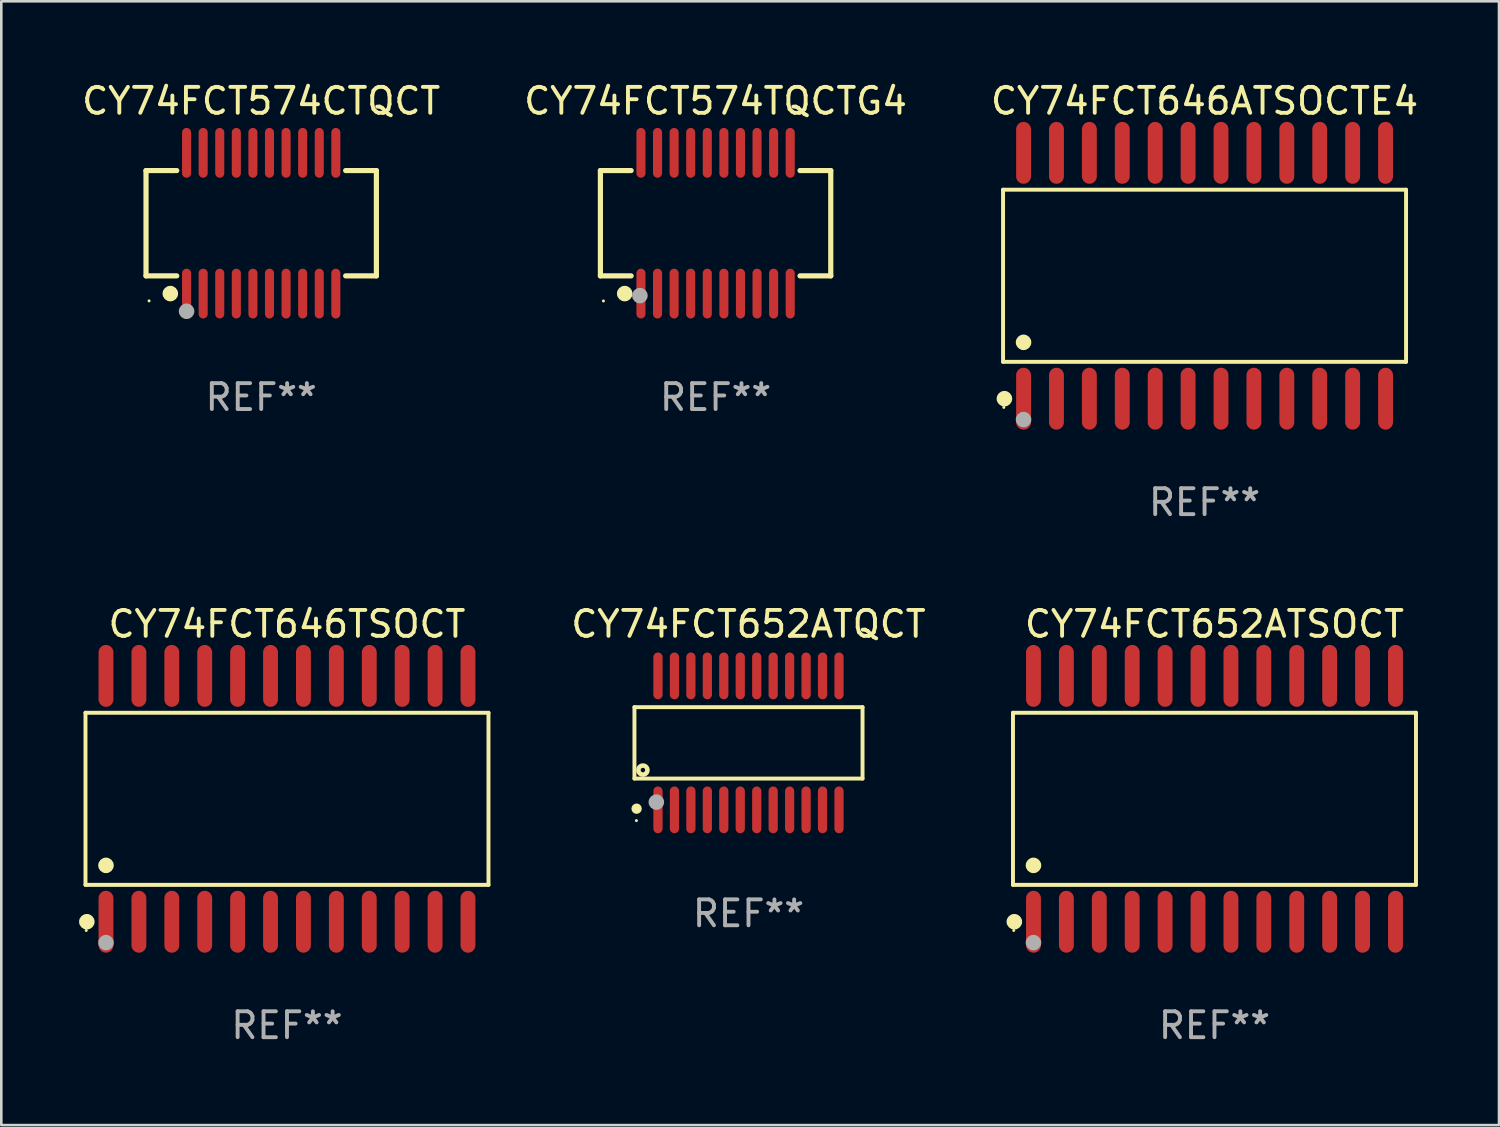
<source format=kicad_pcb>
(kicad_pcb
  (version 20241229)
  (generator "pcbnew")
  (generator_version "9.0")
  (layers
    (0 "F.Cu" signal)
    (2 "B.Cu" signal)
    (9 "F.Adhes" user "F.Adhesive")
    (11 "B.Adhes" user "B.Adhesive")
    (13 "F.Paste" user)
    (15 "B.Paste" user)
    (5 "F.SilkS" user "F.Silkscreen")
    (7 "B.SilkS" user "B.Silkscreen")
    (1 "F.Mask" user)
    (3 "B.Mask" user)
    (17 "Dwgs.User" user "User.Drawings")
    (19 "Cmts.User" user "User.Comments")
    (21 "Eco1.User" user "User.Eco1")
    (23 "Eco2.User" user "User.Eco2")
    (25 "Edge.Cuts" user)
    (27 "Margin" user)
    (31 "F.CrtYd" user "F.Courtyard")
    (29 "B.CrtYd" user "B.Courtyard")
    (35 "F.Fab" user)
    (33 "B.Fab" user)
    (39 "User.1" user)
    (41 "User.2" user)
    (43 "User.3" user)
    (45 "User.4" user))
  (footprint "CY74FCT652ATSOCT"
    (layer "F.Cu")
    (at 43.818 27.777)
    (property "Reference" "CY74FCT652ATSOCT" (at 0 -6.744 0) (layer "F.SilkS") (effects (font (size 1 1) (thickness 0.15))))
    (attr through_hole)
    (fp_line (start -7.776 -3.321) (end 7.776 -3.321) (stroke (width 0.152) (type solid)) (layer "F.SilkS"))
    (fp_line (start -7.776 3.321) (end -7.776 -3.321) (stroke (width 0.152) (type solid)) (layer "F.SilkS"))
    (fp_line (start 7.776 -3.321) (end 7.776 3.321) (stroke (width 0.152) (type solid)) (layer "F.SilkS"))
    (fp_line (start 7.776 3.321) (end -7.776 3.321) (stroke (width 0.152) (type solid)) (layer "F.SilkS"))
    (fp_circle (center -7.747 5.08) (end -7.717 5.08) (stroke (width 0.06) (type solid)) (fill no) (layer "F.SilkS"))
    (fp_circle (center -7.724 4.744) (end -7.574 4.744) (stroke (width 0.3) (type solid)) (fill no) (layer "F.SilkS"))
    (fp_circle (center -6.985 2.569) (end -6.835 2.569) (stroke (width 0.3) (type solid)) (fill no) (layer "F.SilkS"))
    (fp_circle (center -6.985 5.55) (end -6.835 5.55) (stroke (width 0.3) (type solid)) (fill no) (layer "F.Fab"))
    (fp_text user "REF**" (at 0 8.744 0) (layer "F.Fab") (effects (font (size 1 1) (thickness 0.15))))
    (pad "1" smd oval (at -6.985 4.744) (size 0.574 2.388) (layers "F.Cu" "F.Mask" "F.Paste"))
    (pad "2" smd oval (at -5.715 4.744) (size 0.574 2.388) (layers "F.Cu" "F.Mask" "F.Paste"))
    (pad "3" smd oval (at -4.445 4.744) (size 0.574 2.388) (layers "F.Cu" "F.Mask" "F.Paste"))
    (pad "4" smd oval (at -3.175 4.744) (size 0.574 2.388) (layers "F.Cu" "F.Mask" "F.Paste"))
    (pad "5" smd oval (at -1.905 4.744) (size 0.574 2.388) (layers "F.Cu" "F.Mask" "F.Paste"))
    (pad "6" smd oval (at -0.635 4.744) (size 0.574 2.388) (layers "F.Cu" "F.Mask" "F.Paste"))
    (pad "7" smd oval (at 0.635 4.744) (size 0.574 2.388) (layers "F.Cu" "F.Mask" "F.Paste"))
    (pad "8" smd oval (at 1.905 4.744) (size 0.574 2.388) (layers "F.Cu" "F.Mask" "F.Paste"))
    (pad "9" smd oval (at 3.175 4.744) (size 0.574 2.388) (layers "F.Cu" "F.Mask" "F.Paste"))
    (pad "10" smd oval (at 4.445 4.744) (size 0.574 2.388) (layers "F.Cu" "F.Mask" "F.Paste"))
    (pad "11" smd oval (at 5.715 4.744) (size 0.574 2.388) (layers "F.Cu" "F.Mask" "F.Paste"))
    (pad "12" smd oval (at 6.985 4.744) (size 0.574 2.388) (layers "F.Cu" "F.Mask" "F.Paste"))
    (pad "13" smd oval (at 6.985 -4.744) (size 0.574 2.388) (layers "F.Cu" "F.Mask" "F.Paste"))
    (pad "14" smd oval (at 5.715 -4.744) (size 0.574 2.388) (layers "F.Cu" "F.Mask" "F.Paste"))
    (pad "15" smd oval (at 4.445 -4.744) (size 0.574 2.388) (layers "F.Cu" "F.Mask" "F.Paste"))
    (pad "16" smd oval (at 3.175 -4.744) (size 0.574 2.388) (layers "F.Cu" "F.Mask" "F.Paste"))
    (pad "17" smd oval (at 1.905 -4.744) (size 0.574 2.388) (layers "F.Cu" "F.Mask" "F.Paste"))
    (pad "18" smd oval (at 0.635 -4.744) (size 0.574 2.388) (layers "F.Cu" "F.Mask" "F.Paste"))
    (pad "19" smd oval (at -0.635 -4.744) (size 0.574 2.388) (layers "F.Cu" "F.Mask" "F.Paste"))
    (pad "20" smd oval (at -1.905 -4.744) (size 0.574 2.388) (layers "F.Cu" "F.Mask" "F.Paste"))
    (pad "21" smd oval (at -3.175 -4.744) (size 0.574 2.388) (layers "F.Cu" "F.Mask" "F.Paste"))
    (pad "22" smd oval (at -4.445 -4.744) (size 0.574 2.388) (layers "F.Cu" "F.Mask" "F.Paste"))
    (pad "23" smd oval (at -5.715 -4.744) (size 0.574 2.388) (layers "F.Cu" "F.Mask" "F.Paste"))
    (pad "24" smd oval (at -6.985 -4.744) (size 0.574 2.388) (layers "F.Cu" "F.Mask" "F.Paste")))
  (footprint "CY74FCT574CTQCT"
    (layer "F.Cu")
    (at 7.03 5.564)
    (property "Reference" "CY74FCT574CTQCT" (at 0 -4.716 0) (layer "F.SilkS") (effects (font (size 1 1) (thickness 0.15))))
    (attr through_hole)
    (fp_line (start -4.445 -2.032) (end -4.445 2.032) (stroke (width 0.2) (type solid)) (layer "F.SilkS"))
    (fp_line (start -4.445 2.032) (end -3.259 2.032) (stroke (width 0.2) (type solid)) (layer "F.SilkS"))
    (fp_line (start -3.429 -2.032) (end -4.445 -2.032) (stroke (width 0.2) (type solid)) (layer "F.SilkS"))
    (fp_line (start -3.259 -2.032) (end -3.429 -2.032) (stroke (width 0.2) (type solid)) (layer "F.SilkS"))
    (fp_line (start 3.259 2.032) (end 4.445 2.032) (stroke (width 0.2) (type solid)) (layer "F.SilkS"))
    (fp_line (start 4.445 -2.032) (end 3.259 -2.032) (stroke (width 0.2) (type solid)) (layer "F.SilkS"))
    (fp_line (start 4.445 2.032) (end 4.445 -2.032) (stroke (width 0.2) (type solid)) (layer "F.SilkS"))
    (fp_circle (center -4.327 2.997) (end -4.297 2.997) (stroke (width 0.06) (type solid)) (fill no) (layer "F.SilkS"))
    (fp_circle (center -3.507 2.716) (end -3.357 2.716) (stroke (width 0.3) (type solid)) (fill no) (layer "F.SilkS"))
    (fp_circle (center -2.88 3.398) (end -2.73 3.398) (stroke (width 0.3) (type solid)) (fill no) (layer "F.Fab"))
    (fp_text user "REF**" (at 0 6.716 0) (layer "F.Fab") (effects (font (size 1 1) (thickness 0.15))))
    (pad "1" smd oval (at -2.88 2.716) (size 0.35 1.922) (layers "F.Cu" "F.Mask" "F.Paste"))
    (pad "2" smd oval (at -2.24 2.716) (size 0.35 1.922) (layers "F.Cu" "F.Mask" "F.Paste"))
    (pad "3" smd oval (at -1.6 2.716) (size 0.35 1.922) (layers "F.Cu" "F.Mask" "F.Paste"))
    (pad "4" smd oval (at -0.96 2.716) (size 0.35 1.922) (layers "F.Cu" "F.Mask" "F.Paste"))
    (pad "5" smd oval (at -0.32 2.716) (size 0.35 1.922) (layers "F.Cu" "F.Mask" "F.Paste"))
    (pad "6" smd oval (at 0.32 2.716) (size 0.35 1.922) (layers "F.Cu" "F.Mask" "F.Paste"))
    (pad "7" smd oval (at 0.96 2.716) (size 0.35 1.922) (layers "F.Cu" "F.Mask" "F.Paste"))
    (pad "8" smd oval (at 1.6 2.716) (size 0.35 1.922) (layers "F.Cu" "F.Mask" "F.Paste"))
    (pad "9" smd oval (at 2.24 2.716) (size 0.35 1.922) (layers "F.Cu" "F.Mask" "F.Paste"))
    (pad "10" smd oval (at 2.88 2.716) (size 0.35 1.922) (layers "F.Cu" "F.Mask" "F.Paste"))
    (pad "11" smd oval (at 2.88 -2.716) (size 0.35 1.922) (layers "F.Cu" "F.Mask" "F.Paste"))
    (pad "12" smd oval (at 2.24 -2.716) (size 0.35 1.922) (layers "F.Cu" "F.Mask" "F.Paste"))
    (pad "13" smd oval (at 1.6 -2.716) (size 0.35 1.922) (layers "F.Cu" "F.Mask" "F.Paste"))
    (pad "14" smd oval (at 0.96 -2.716) (size 0.35 1.922) (layers "F.Cu" "F.Mask" "F.Paste"))
    (pad "15" smd oval (at 0.32 -2.716) (size 0.35 1.922) (layers "F.Cu" "F.Mask" "F.Paste"))
    (pad "16" smd oval (at -0.32 -2.716) (size 0.35 1.922) (layers "F.Cu" "F.Mask" "F.Paste"))
    (pad "17" smd oval (at -0.96 -2.716) (size 0.35 1.922) (layers "F.Cu" "F.Mask" "F.Paste"))
    (pad "18" smd oval (at -1.6 -2.716) (size 0.35 1.922) (layers "F.Cu" "F.Mask" "F.Paste"))
    (pad "19" smd oval (at -2.24 -2.716) (size 0.35 1.922) (layers "F.Cu" "F.Mask" "F.Paste"))
    (pad "20" smd oval (at -2.88 -2.716) (size 0.35 1.922) (layers "F.Cu" "F.Mask" "F.Paste")))
  (footprint "CY74FCT574TQCTG4"
    (layer "F.Cu")
    (at 24.565 5.564)
    (property "Reference" "CY74FCT574TQCTG4" (at 0 -4.716 0) (layer "F.SilkS") (effects (font (size 1 1) (thickness 0.15))))
    (attr through_hole)
    (fp_line (start -4.445 -2.032) (end -4.445 2.032) (stroke (width 0.2) (type solid)) (layer "F.SilkS"))
    (fp_line (start -4.445 2.032) (end -3.259 2.032) (stroke (width 0.2) (type solid)) (layer "F.SilkS"))
    (fp_line (start -3.429 -2.032) (end -4.445 -2.032) (stroke (width 0.2) (type solid)) (layer "F.SilkS"))
    (fp_line (start -3.259 -2.032) (end -3.429 -2.032) (stroke (width 0.2) (type solid)) (layer "F.SilkS"))
    (fp_line (start 3.259 2.032) (end 4.445 2.032) (stroke (width 0.2) (type solid)) (layer "F.SilkS"))
    (fp_line (start 4.445 -2.032) (end 3.259 -2.032) (stroke (width 0.2) (type solid)) (layer "F.SilkS"))
    (fp_line (start 4.445 2.032) (end 4.445 -2.032) (stroke (width 0.2) (type solid)) (layer "F.SilkS"))
    (fp_circle (center -4.328 3) (end -4.298 3) (stroke (width 0.06) (type solid)) (fill no) (layer "F.SilkS"))
    (fp_circle (center -3.507 2.716) (end -3.357 2.716) (stroke (width 0.3) (type solid)) (fill no) (layer "F.SilkS"))
    (fp_circle (center -2.921 2.794) (end -2.771 2.794) (stroke (width 0.3) (type solid)) (fill no) (layer "F.Fab"))
    (fp_text user "REF**" (at 0 6.716 0) (layer "F.Fab") (effects (font (size 1 1) (thickness 0.15))))
    (pad "1" smd oval (at -2.88 2.716) (size 0.35 1.922) (layers "F.Cu" "F.Mask" "F.Paste"))
    (pad "2" smd oval (at -2.24 2.716) (size 0.35 1.922) (layers "F.Cu" "F.Mask" "F.Paste"))
    (pad "3" smd oval (at -1.6 2.716) (size 0.35 1.922) (layers "F.Cu" "F.Mask" "F.Paste"))
    (pad "4" smd oval (at -0.96 2.716) (size 0.35 1.922) (layers "F.Cu" "F.Mask" "F.Paste"))
    (pad "5" smd oval (at -0.32 2.716) (size 0.35 1.922) (layers "F.Cu" "F.Mask" "F.Paste"))
    (pad "6" smd oval (at 0.32 2.716) (size 0.35 1.922) (layers "F.Cu" "F.Mask" "F.Paste"))
    (pad "7" smd oval (at 0.96 2.716) (size 0.35 1.922) (layers "F.Cu" "F.Mask" "F.Paste"))
    (pad "8" smd oval (at 1.6 2.716) (size 0.35 1.922) (layers "F.Cu" "F.Mask" "F.Paste"))
    (pad "9" smd oval (at 2.24 2.716) (size 0.35 1.922) (layers "F.Cu" "F.Mask" "F.Paste"))
    (pad "10" smd oval (at 2.88 2.716) (size 0.35 1.922) (layers "F.Cu" "F.Mask" "F.Paste"))
    (pad "11" smd oval (at 2.88 -2.716) (size 0.35 1.922) (layers "F.Cu" "F.Mask" "F.Paste"))
    (pad "12" smd oval (at 2.24 -2.716) (size 0.35 1.922) (layers "F.Cu" "F.Mask" "F.Paste"))
    (pad "13" smd oval (at 1.6 -2.716) (size 0.35 1.922) (layers "F.Cu" "F.Mask" "F.Paste"))
    (pad "14" smd oval (at 0.96 -2.716) (size 0.35 1.922) (layers "F.Cu" "F.Mask" "F.Paste"))
    (pad "15" smd oval (at 0.32 -2.716) (size 0.35 1.922) (layers "F.Cu" "F.Mask" "F.Paste"))
    (pad "16" smd oval (at -0.32 -2.716) (size 0.35 1.922) (layers "F.Cu" "F.Mask" "F.Paste"))
    (pad "17" smd oval (at -0.96 -2.716) (size 0.35 1.922) (layers "F.Cu" "F.Mask" "F.Paste"))
    (pad "18" smd oval (at -1.6 -2.716) (size 0.35 1.922) (layers "F.Cu" "F.Mask" "F.Paste"))
    (pad "19" smd oval (at -2.24 -2.716) (size 0.35 1.922) (layers "F.Cu" "F.Mask" "F.Paste"))
    (pad "20" smd oval (at -2.88 -2.716) (size 0.35 1.922) (layers "F.Cu" "F.Mask" "F.Paste")))
  (footprint "CY74FCT652ATQCT"
    (layer "F.Cu")
    (at 25.835 25.618)
    (property "Reference" "CY74FCT652ATQCT" (at 0 -4.585 0) (layer "F.SilkS") (effects (font (size 1 1) (thickness 0.15))))
    (attr through_hole)
    (fp_line (start -4.401 -1.378) (end 4.401 -1.378) (stroke (width 0.152) (type solid)) (layer "F.SilkS"))
    (fp_line (start -4.401 1.378) (end -4.401 -1.378) (stroke (width 0.152) (type solid)) (layer "F.SilkS"))
    (fp_line (start 4.401 -1.378) (end 4.401 1.378) (stroke (width 0.152) (type solid)) (layer "F.SilkS"))
    (fp_line (start 4.401 1.378) (end -4.401 1.378) (stroke (width 0.152) (type solid)) (layer "F.SilkS"))
    (fp_circle (center -4.325 3) (end -4.295 3) (stroke (width 0.06) (type solid)) (fill no) (layer "F.SilkS"))
    (fp_circle (center -4.318 2.54) (end -4.218 2.54) (stroke (width 0.2) (type solid)) (fill no) (layer "F.SilkS"))
    (fp_circle (center -4.074 1.05) (end -3.987 1.05) (stroke (width 0.175) (type solid)) (fill no) (layer "F.SilkS"))
    (fp_circle (center -3.556 2.286) (end -3.406 2.286) (stroke (width 0.3) (type solid)) (fill no) (layer "F.Fab"))
    (fp_text user "REF**" (at 0 6.585 0) (layer "F.Fab") (effects (font (size 1 1) (thickness 0.15))))
    (pad "1" smd oval (at -3.493 2.585) (size 0.356 1.805) (layers "F.Cu" "F.Mask" "F.Paste"))
    (pad "2" smd oval (at -2.858 2.585) (size 0.356 1.805) (layers "F.Cu" "F.Mask" "F.Paste"))
    (pad "3" smd oval (at -2.223 2.585) (size 0.356 1.805) (layers "F.Cu" "F.Mask" "F.Paste"))
    (pad "4" smd oval (at -1.588 2.585) (size 0.356 1.805) (layers "F.Cu" "F.Mask" "F.Paste"))
    (pad "5" smd oval (at -0.953 2.585) (size 0.356 1.805) (layers "F.Cu" "F.Mask" "F.Paste"))
    (pad "6" smd oval (at -0.318 2.585) (size 0.356 1.805) (layers "F.Cu" "F.Mask" "F.Paste"))
    (pad "7" smd oval (at 0.318 2.585) (size 0.356 1.805) (layers "F.Cu" "F.Mask" "F.Paste"))
    (pad "8" smd oval (at 0.953 2.585) (size 0.356 1.805) (layers "F.Cu" "F.Mask" "F.Paste"))
    (pad "9" smd oval (at 1.588 2.585) (size 0.356 1.805) (layers "F.Cu" "F.Mask" "F.Paste"))
    (pad "10" smd oval (at 2.223 2.585) (size 0.356 1.805) (layers "F.Cu" "F.Mask" "F.Paste"))
    (pad "11" smd oval (at 2.858 2.585) (size 0.356 1.805) (layers "F.Cu" "F.Mask" "F.Paste"))
    (pad "12" smd oval (at 3.493 2.585) (size 0.356 1.805) (layers "F.Cu" "F.Mask" "F.Paste"))
    (pad "13" smd oval (at 3.493 -2.585) (size 0.356 1.805) (layers "F.Cu" "F.Mask" "F.Paste"))
    (pad "14" smd oval (at 2.858 -2.585) (size 0.356 1.805) (layers "F.Cu" "F.Mask" "F.Paste"))
    (pad "15" smd oval (at 2.223 -2.585) (size 0.356 1.805) (layers "F.Cu" "F.Mask" "F.Paste"))
    (pad "16" smd oval (at 1.588 -2.585) (size 0.356 1.805) (layers "F.Cu" "F.Mask" "F.Paste"))
    (pad "17" smd oval (at 0.953 -2.585) (size 0.356 1.805) (layers "F.Cu" "F.Mask" "F.Paste"))
    (pad "18" smd oval (at 0.318 -2.585) (size 0.356 1.805) (layers "F.Cu" "F.Mask" "F.Paste"))
    (pad "19" smd oval (at -0.318 -2.585) (size 0.356 1.805) (layers "F.Cu" "F.Mask" "F.Paste"))
    (pad "20" smd oval (at -0.953 -2.585) (size 0.356 1.805) (layers "F.Cu" "F.Mask" "F.Paste"))
    (pad "21" smd oval (at -1.588 -2.585) (size 0.356 1.805) (layers "F.Cu" "F.Mask" "F.Paste"))
    (pad "22" smd oval (at -2.223 -2.585) (size 0.356 1.805) (layers "F.Cu" "F.Mask" "F.Paste"))
    (pad "23" smd oval (at -2.858 -2.585) (size 0.356 1.805) (layers "F.Cu" "F.Mask" "F.Paste"))
    (pad "24" smd oval (at -3.493 -2.585) (size 0.356 1.805) (layers "F.Cu" "F.Mask" "F.Paste")))
  (footprint "CY74FCT646TSOCT"
    (layer "F.Cu")
    (at 8.025 27.777)
    (property "Reference" "CY74FCT646TSOCT" (at 0 -6.744 0) (layer "F.SilkS") (effects (font (size 1 1) (thickness 0.15))))
    (attr through_hole)
    (fp_line (start -7.776 -3.321) (end 7.776 -3.321) (stroke (width 0.152) (type solid)) (layer "F.SilkS"))
    (fp_line (start -7.776 3.321) (end -7.776 -3.321) (stroke (width 0.152) (type solid)) (layer "F.SilkS"))
    (fp_line (start 7.776 -3.321) (end 7.776 3.321) (stroke (width 0.152) (type solid)) (layer "F.SilkS"))
    (fp_line (start 7.776 3.321) (end -7.776 3.321) (stroke (width 0.152) (type solid)) (layer "F.SilkS"))
    (fp_circle (center -7.747 5.08) (end -7.717 5.08) (stroke (width 0.06) (type solid)) (fill no) (layer "F.SilkS"))
    (fp_circle (center -7.724 4.744) (end -7.574 4.744) (stroke (width 0.3) (type solid)) (fill no) (layer "F.SilkS"))
    (fp_circle (center -6.985 2.569) (end -6.835 2.569) (stroke (width 0.3) (type solid)) (fill no) (layer "F.SilkS"))
    (fp_circle (center -6.985 5.55) (end -6.835 5.55) (stroke (width 0.3) (type solid)) (fill no) (layer "F.Fab"))
    (fp_text user "REF**" (at 0 8.744 0) (layer "F.Fab") (effects (font (size 1 1) (thickness 0.15))))
    (pad "1" smd oval (at -6.985 4.744) (size 0.574 2.388) (layers "F.Cu" "F.Mask" "F.Paste"))
    (pad "2" smd oval (at -5.715 4.744) (size 0.574 2.388) (layers "F.Cu" "F.Mask" "F.Paste"))
    (pad "3" smd oval (at -4.445 4.744) (size 0.574 2.388) (layers "F.Cu" "F.Mask" "F.Paste"))
    (pad "4" smd oval (at -3.175 4.744) (size 0.574 2.388) (layers "F.Cu" "F.Mask" "F.Paste"))
    (pad "5" smd oval (at -1.905 4.744) (size 0.574 2.388) (layers "F.Cu" "F.Mask" "F.Paste"))
    (pad "6" smd oval (at -0.635 4.744) (size 0.574 2.388) (layers "F.Cu" "F.Mask" "F.Paste"))
    (pad "7" smd oval (at 0.635 4.744) (size 0.574 2.388) (layers "F.Cu" "F.Mask" "F.Paste"))
    (pad "8" smd oval (at 1.905 4.744) (size 0.574 2.388) (layers "F.Cu" "F.Mask" "F.Paste"))
    (pad "9" smd oval (at 3.175 4.744) (size 0.574 2.388) (layers "F.Cu" "F.Mask" "F.Paste"))
    (pad "10" smd oval (at 4.445 4.744) (size 0.574 2.388) (layers "F.Cu" "F.Mask" "F.Paste"))
    (pad "11" smd oval (at 5.715 4.744) (size 0.574 2.388) (layers "F.Cu" "F.Mask" "F.Paste"))
    (pad "12" smd oval (at 6.985 4.744) (size 0.574 2.388) (layers "F.Cu" "F.Mask" "F.Paste"))
    (pad "13" smd oval (at 6.985 -4.744) (size 0.574 2.388) (layers "F.Cu" "F.Mask" "F.Paste"))
    (pad "14" smd oval (at 5.715 -4.744) (size 0.574 2.388) (layers "F.Cu" "F.Mask" "F.Paste"))
    (pad "15" smd oval (at 4.445 -4.744) (size 0.574 2.388) (layers "F.Cu" "F.Mask" "F.Paste"))
    (pad "16" smd oval (at 3.175 -4.744) (size 0.574 2.388) (layers "F.Cu" "F.Mask" "F.Paste"))
    (pad "17" smd oval (at 1.905 -4.744) (size 0.574 2.388) (layers "F.Cu" "F.Mask" "F.Paste"))
    (pad "18" smd oval (at 0.635 -4.744) (size 0.574 2.388) (layers "F.Cu" "F.Mask" "F.Paste"))
    (pad "19" smd oval (at -0.635 -4.744) (size 0.574 2.388) (layers "F.Cu" "F.Mask" "F.Paste"))
    (pad "20" smd oval (at -1.905 -4.744) (size 0.574 2.388) (layers "F.Cu" "F.Mask" "F.Paste"))
    (pad "21" smd oval (at -3.175 -4.744) (size 0.574 2.388) (layers "F.Cu" "F.Mask" "F.Paste"))
    (pad "22" smd oval (at -4.445 -4.744) (size 0.574 2.388) (layers "F.Cu" "F.Mask" "F.Paste"))
    (pad "23" smd oval (at -5.715 -4.744) (size 0.574 2.388) (layers "F.Cu" "F.Mask" "F.Paste"))
    (pad "24" smd oval (at -6.985 -4.744) (size 0.574 2.388) (layers "F.Cu" "F.Mask" "F.Paste")))
  (footprint "CY74FCT646ATSOCTE4"
    (layer "F.Cu")
    (at 43.435 7.592)
    (property "Reference" "CY74FCT646ATSOCTE4" (at 0 -6.744 0) (layer "F.SilkS") (effects (font (size 1 1) (thickness 0.15))))
    (attr through_hole)
    (fp_line (start -7.776 -3.321) (end 7.776 -3.321) (stroke (width 0.152) (type solid)) (layer "F.SilkS"))
    (fp_line (start -7.776 3.321) (end -7.776 -3.321) (stroke (width 0.152) (type solid)) (layer "F.SilkS"))
    (fp_line (start 7.776 -3.321) (end 7.776 3.321) (stroke (width 0.152) (type solid)) (layer "F.SilkS"))
    (fp_line (start 7.776 3.321) (end -7.776 3.321) (stroke (width 0.152) (type solid)) (layer "F.SilkS"))
    (fp_circle (center -7.747 5.08) (end -7.717 5.08) (stroke (width 0.06) (type solid)) (fill no) (layer "F.SilkS"))
    (fp_circle (center -7.724 4.744) (end -7.574 4.744) (stroke (width 0.3) (type solid)) (fill no) (layer "F.SilkS"))
    (fp_circle (center -6.985 2.569) (end -6.835 2.569) (stroke (width 0.3) (type solid)) (fill no) (layer "F.SilkS"))
    (fp_circle (center -6.985 5.55) (end -6.835 5.55) (stroke (width 0.3) (type solid)) (fill no) (layer "F.Fab"))
    (fp_text user "REF**" (at 0 8.744 0) (layer "F.Fab") (effects (font (size 1 1) (thickness 0.15))))
    (pad "1" smd oval (at -6.985 4.744) (size 0.574 2.388) (layers "F.Cu" "F.Mask" "F.Paste"))
    (pad "2" smd oval (at -5.715 4.744) (size 0.574 2.388) (layers "F.Cu" "F.Mask" "F.Paste"))
    (pad "3" smd oval (at -4.445 4.744) (size 0.574 2.388) (layers "F.Cu" "F.Mask" "F.Paste"))
    (pad "4" smd oval (at -3.175 4.744) (size 0.574 2.388) (layers "F.Cu" "F.Mask" "F.Paste"))
    (pad "5" smd oval (at -1.905 4.744) (size 0.574 2.388) (layers "F.Cu" "F.Mask" "F.Paste"))
    (pad "6" smd oval (at -0.635 4.744) (size 0.574 2.388) (layers "F.Cu" "F.Mask" "F.Paste"))
    (pad "7" smd oval (at 0.635 4.744) (size 0.574 2.388) (layers "F.Cu" "F.Mask" "F.Paste"))
    (pad "8" smd oval (at 1.905 4.744) (size 0.574 2.388) (layers "F.Cu" "F.Mask" "F.Paste"))
    (pad "9" smd oval (at 3.175 4.744) (size 0.574 2.388) (layers "F.Cu" "F.Mask" "F.Paste"))
    (pad "10" smd oval (at 4.445 4.744) (size 0.574 2.388) (layers "F.Cu" "F.Mask" "F.Paste"))
    (pad "11" smd oval (at 5.715 4.744) (size 0.574 2.388) (layers "F.Cu" "F.Mask" "F.Paste"))
    (pad "12" smd oval (at 6.985 4.744) (size 0.574 2.388) (layers "F.Cu" "F.Mask" "F.Paste"))
    (pad "13" smd oval (at 6.985 -4.744) (size 0.574 2.388) (layers "F.Cu" "F.Mask" "F.Paste"))
    (pad "14" smd oval (at 5.715 -4.744) (size 0.574 2.388) (layers "F.Cu" "F.Mask" "F.Paste"))
    (pad "15" smd oval (at 4.445 -4.744) (size 0.574 2.388) (layers "F.Cu" "F.Mask" "F.Paste"))
    (pad "16" smd oval (at 3.175 -4.744) (size 0.574 2.388) (layers "F.Cu" "F.Mask" "F.Paste"))
    (pad "17" smd oval (at 1.905 -4.744) (size 0.574 2.388) (layers "F.Cu" "F.Mask" "F.Paste"))
    (pad "18" smd oval (at 0.635 -4.744) (size 0.574 2.388) (layers "F.Cu" "F.Mask" "F.Paste"))
    (pad "19" smd oval (at -0.635 -4.744) (size 0.574 2.388) (layers "F.Cu" "F.Mask" "F.Paste"))
    (pad "20" smd oval (at -1.905 -4.744) (size 0.574 2.388) (layers "F.Cu" "F.Mask" "F.Paste"))
    (pad "21" smd oval (at -3.175 -4.744) (size 0.574 2.388) (layers "F.Cu" "F.Mask" "F.Paste"))
    (pad "22" smd oval (at -4.445 -4.744) (size 0.574 2.388) (layers "F.Cu" "F.Mask" "F.Paste"))
    (pad "23" smd oval (at -5.715 -4.744) (size 0.574 2.388) (layers "F.Cu" "F.Mask" "F.Paste"))
    (pad "24" smd oval (at -6.985 -4.744) (size 0.574 2.388) (layers "F.Cu" "F.Mask" "F.Paste")))
  (gr_rect
    (start -3 -3)
    (end 54.798 40.369)
    (stroke (width 0.1) (type default))
    (fill no)
    (layer "Edge.Cuts")))
</source>
